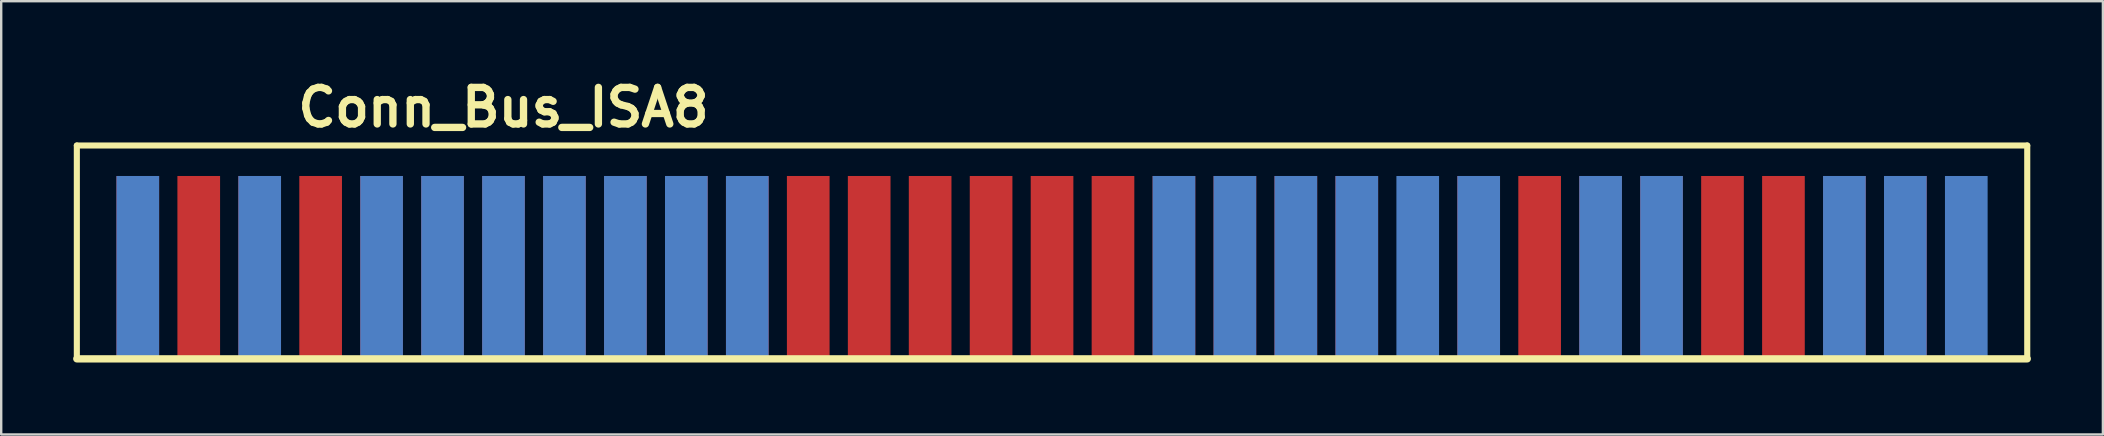
<source format=kicad_pcb>
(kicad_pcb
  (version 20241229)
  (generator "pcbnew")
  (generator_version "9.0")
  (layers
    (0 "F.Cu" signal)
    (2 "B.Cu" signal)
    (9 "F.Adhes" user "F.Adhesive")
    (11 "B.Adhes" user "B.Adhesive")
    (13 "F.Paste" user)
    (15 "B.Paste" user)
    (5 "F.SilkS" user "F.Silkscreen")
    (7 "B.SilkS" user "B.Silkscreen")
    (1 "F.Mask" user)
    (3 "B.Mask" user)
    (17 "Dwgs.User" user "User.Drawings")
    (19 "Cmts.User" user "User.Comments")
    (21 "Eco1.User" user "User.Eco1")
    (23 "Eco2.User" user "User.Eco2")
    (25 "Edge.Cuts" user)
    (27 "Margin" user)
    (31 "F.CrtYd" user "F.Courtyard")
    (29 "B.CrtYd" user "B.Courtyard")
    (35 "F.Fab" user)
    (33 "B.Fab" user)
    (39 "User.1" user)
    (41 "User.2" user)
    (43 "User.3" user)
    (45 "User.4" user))
  (footprint "Conn_Bus_ISA8"
    (layer "F.Cu")
    (at 40.792 8.094)
    (property "Reference" "Conn_Bus_ISA8" (at -22.86 -6.668 0) (layer "F.SilkS") (effects (font (size 1.524 1.524) (thickness 0.305))))
    (attr through_hole)
    (fp_line (start -40.64 3.81) (end -40.64 -5.08) (stroke (width 0.254) (type solid)) (layer "F.SilkS"))
    (fp_line (start 40.64 -5.08) (end -40.64 -5.08) (stroke (width 0.254) (type solid)) (layer "F.SilkS"))
    (fp_line (start 40.64 -5.08) (end 40.64 3.81) (stroke (width 0.254) (type solid)) (layer "F.SilkS"))
    (fp_line (start 40.64 3.81) (end -40.64 3.81) (stroke (width 0.305) (type solid)) (layer "F.SilkS"))
    (pad "1" connect rect (at 38.1 0) (size 1.778 7.62) (layers "B.Cu" "B.Mask"))
    (pad "2" connect rect (at 35.56 0) (size 1.778 7.62) (layers "B.Cu" "B.Mask"))
    (pad "3" connect rect (at 33.02 0) (size 1.778 7.62) (layers "B.Cu" "B.Mask"))
    (pad "6" connect rect (at 25.4 0) (size 1.778 7.62) (layers "B.Cu" "B.Mask"))
    (pad "7" connect rect (at 22.86 0) (size 1.778 7.62) (layers "B.Cu" "B.Mask"))
    (pad "9" connect rect (at 17.78 0) (size 1.778 7.62) (layers "B.Cu" "B.Mask"))
    (pad "10" connect rect (at 15.24 0) (size 1.778 7.62) (layers "B.Cu" "B.Mask"))
    (pad "11" connect rect (at 12.7 0) (size 1.778 7.62) (layers "B.Cu" "B.Mask"))
    (pad "12" connect rect (at 10.16 0) (size 1.778 7.62) (layers "B.Cu" "B.Mask"))
    (pad "13" connect rect (at 7.62 0) (size 1.778 7.62) (layers "B.Cu" "B.Mask"))
    (pad "14" connect rect (at 5.08 0) (size 1.778 7.62) (layers "B.Cu" "B.Mask"))
    (pad "21" connect rect (at -12.7 0) (size 1.778 7.62) (layers "B.Cu" "B.Mask"))
    (pad "22" connect rect (at -15.24 0) (size 1.778 7.62) (layers "B.Cu" "B.Mask"))
    (pad "23" connect rect (at -17.78 0) (size 1.778 7.62) (layers "B.Cu" "B.Mask"))
    (pad "24" connect rect (at -20.32 0) (size 1.778 7.62) (layers "B.Cu" "B.Mask"))
    (pad "25" connect rect (at -22.86 0) (size 1.778 7.62) (layers "B.Cu" "B.Mask"))
    (pad "26" connect rect (at -25.4 0) (size 1.778 7.62) (layers "B.Cu" "B.Mask"))
    (pad "27" connect rect (at -27.94 0) (size 1.778 7.62) (layers "B.Cu" "B.Mask"))
    (pad "29" connect rect (at -33.02 0) (size 1.778 7.62) (layers "B.Cu" "B.Mask"))
    (pad "31" connect rect (at -38.1 0) (size 1.778 7.62) (layers "B.Cu" "B.Mask"))
    (pad "33" connect rect (at 35.56 0) (size 1.778 7.62) (layers "F.Cu" "F.Mask"))
    (pad "34" connect rect (at 33.02 0) (size 1.778 7.62) (layers "F.Cu" "F.Mask"))
    (pad "35" connect rect (at 30.48 0) (size 1.778 7.62) (layers "F.Cu" "F.Mask"))
    (pad "36" connect rect (at 27.94 0) (size 1.778 7.62) (layers "F.Cu" "F.Mask"))
    (pad "37" connect rect (at 25.4 0) (size 1.778 7.62) (layers "F.Cu" "F.Mask"))
    (pad "38" connect rect (at 22.86 0) (size 1.778 7.62) (layers "F.Cu" "F.Mask"))
    (pad "39" connect rect (at 20.32 0) (size 1.778 7.62) (layers "F.Cu" "F.Mask"))
    (pad "40" connect rect (at 17.78 0) (size 1.778 7.62) (layers "F.Cu" "F.Mask"))
    (pad "42" connect rect (at 12.7 0) (size 1.778 7.62) (layers "F.Cu" "F.Mask"))
    (pad "43" connect rect (at 10.16 0) (size 1.778 7.62) (layers "F.Cu" "F.Mask"))
    (pad "44" connect rect (at 7.62 0) (size 1.778 7.62) (layers "F.Cu" "F.Mask"))
    (pad "45" connect rect (at 5.08 0) (size 1.778 7.62) (layers "F.Cu" "F.Mask"))
    (pad "46" connect rect (at 2.54 0) (size 1.778 7.62) (layers "F.Cu" "F.Mask"))
    (pad "47" connect rect (at 0 0) (size 1.778 7.62) (layers "F.Cu" "F.Mask"))
    (pad "48" connect rect (at -2.54 0) (size 1.778 7.62) (layers "F.Cu" "F.Mask"))
    (pad "49" connect rect (at -5.08 0) (size 1.778 7.62) (layers "F.Cu" "F.Mask"))
    (pad "50" connect rect (at -7.62 0) (size 1.778 7.62) (layers "F.Cu" "F.Mask"))
    (pad "51" connect rect (at -10.16 0) (size 1.778 7.62) (layers "F.Cu" "F.Mask"))
    (pad "52" connect rect (at -12.7 0) (size 1.778 7.62) (layers "F.Cu" "F.Mask"))
    (pad "53" connect rect (at -15.24 0) (size 1.778 7.62) (layers "F.Cu" "F.Mask"))
    (pad "54" connect rect (at -17.78 0) (size 1.778 7.62) (layers "F.Cu" "F.Mask"))
    (pad "55" connect rect (at -20.32 0) (size 1.778 7.62) (layers "F.Cu" "F.Mask"))
    (pad "56" connect rect (at -22.86 0) (size 1.778 7.62) (layers "F.Cu" "F.Mask"))
    (pad "57" connect rect (at -25.4 0) (size 1.778 7.62) (layers "F.Cu" "F.Mask"))
    (pad "58" connect rect (at -27.94 0) (size 1.778 7.62) (layers "F.Cu" "F.Mask"))
    (pad "59" connect rect (at -30.48 0) (size 1.778 7.62) (layers "F.Cu" "F.Mask"))
    (pad "60" connect rect (at -33.02 0) (size 1.778 7.62) (layers "F.Cu" "F.Mask"))
    (pad "61" connect rect (at -35.56 0) (size 1.778 7.62) (layers "F.Cu" "F.Mask"))
    (pad "62" connect rect (at -38.1 0) (size 1.778 7.62) (layers "F.Cu" "F.Mask")))
  (gr_rect
    (start -3 -3)
    (end 84.585 15.056)
    (stroke (width 0.1) (type default))
    (fill no)
    (layer "Edge.Cuts")))
</source>
